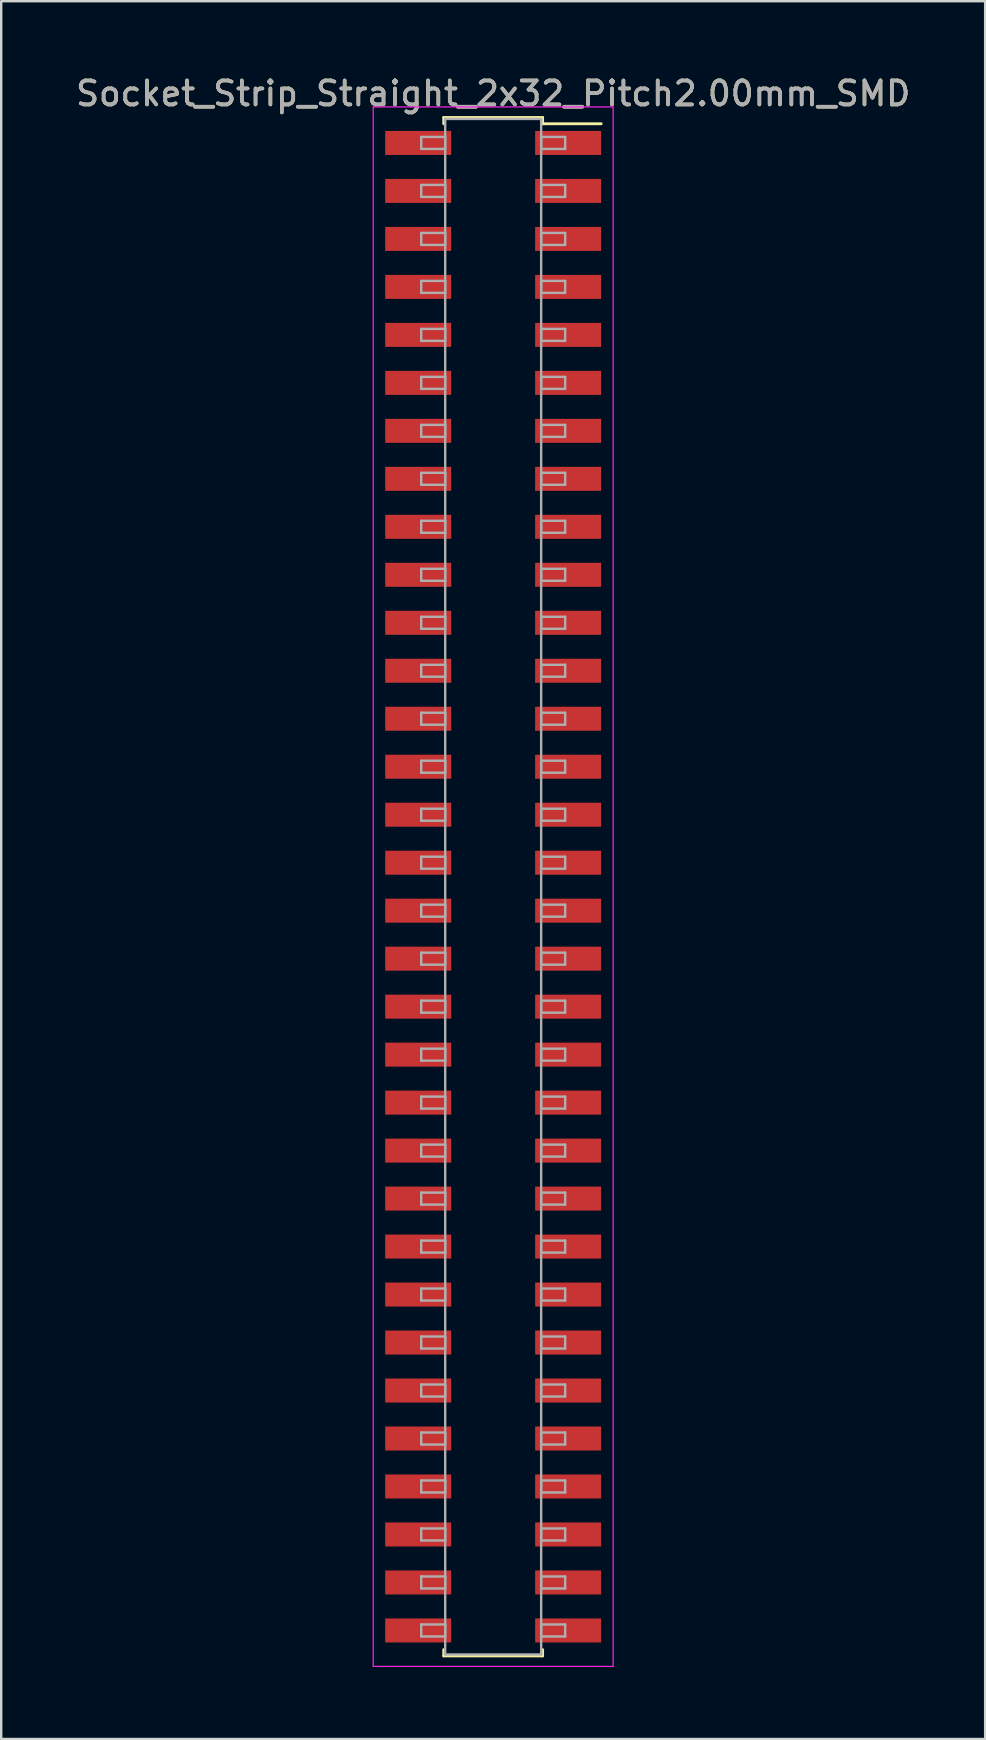
<source format=kicad_pcb>
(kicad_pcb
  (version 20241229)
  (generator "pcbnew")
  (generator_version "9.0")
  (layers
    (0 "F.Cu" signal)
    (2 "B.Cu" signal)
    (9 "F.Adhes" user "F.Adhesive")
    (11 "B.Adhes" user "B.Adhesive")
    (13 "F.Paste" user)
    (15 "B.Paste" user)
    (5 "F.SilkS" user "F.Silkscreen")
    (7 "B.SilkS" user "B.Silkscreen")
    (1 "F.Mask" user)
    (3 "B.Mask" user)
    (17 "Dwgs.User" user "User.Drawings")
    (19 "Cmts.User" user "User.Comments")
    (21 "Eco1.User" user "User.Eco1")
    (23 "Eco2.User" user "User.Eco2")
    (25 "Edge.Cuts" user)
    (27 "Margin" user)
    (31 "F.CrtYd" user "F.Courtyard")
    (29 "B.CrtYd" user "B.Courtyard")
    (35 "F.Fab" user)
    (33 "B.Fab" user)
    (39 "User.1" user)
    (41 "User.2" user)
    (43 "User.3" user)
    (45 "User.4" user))
  (footprint "Socket_Strip_Straight_2x32_Pitch2.00mm_SMD"
    (layer "F.Cu")
    (at 17.506 33.908)
    (property "Reference" "Socket_Strip_Straight_2x32_Pitch2.00mm_SMD" (at 0 -33.06 0) (layer "F.SilkS") (effects (font (size 1 1) (thickness 0.15))))
    (attr smd)
    (fp_line (start -2.06 -32.06) (end 2.06 -32.06) (stroke (width 0.12) (type solid)) (layer "F.SilkS"))
    (fp_line (start -2.06 -31.8) (end -2.06 -32.06) (stroke (width 0.12) (type solid)) (layer "F.SilkS"))
    (fp_line (start -2.06 31.8) (end -2.06 32.06) (stroke (width 0.12) (type solid)) (layer "F.SilkS"))
    (fp_line (start -2.06 32.06) (end 2.06 32.06) (stroke (width 0.12) (type solid)) (layer "F.SilkS"))
    (fp_line (start 2.06 -32.06) (end 2.06 -31.8) (stroke (width 0.12) (type solid)) (layer "F.SilkS"))
    (fp_line (start 2.06 32.06) (end 2.06 31.8) (stroke (width 0.12) (type solid)) (layer "F.SilkS"))
    (fp_line (start 4.5 -31.8) (end 2.06 -31.8) (stroke (width 0.12) (type solid)) (layer "F.SilkS"))
    (fp_line (start -5 -32.5) (end -5 32.5) (stroke (width 0.05) (type solid)) (layer "F.CrtYd"))
    (fp_line (start -5 32.5) (end 5 32.5) (stroke (width 0.05) (type solid)) (layer "F.CrtYd"))
    (fp_line (start 5 -32.5) (end -5 -32.5) (stroke (width 0.05) (type solid)) (layer "F.CrtYd"))
    (fp_line (start 5 32.5) (end 5 -32.5) (stroke (width 0.05) (type solid)) (layer "F.CrtYd"))
    (fp_line (start -3 -31.25) (end -2 -31.25) (stroke (width 0.1) (type solid)) (layer "F.Fab"))
    (fp_line (start -3 -30.75) (end -3 -31.25) (stroke (width 0.1) (type solid)) (layer "F.Fab"))
    (fp_line (start -3 -29.25) (end -2 -29.25) (stroke (width 0.1) (type solid)) (layer "F.Fab"))
    (fp_line (start -3 -28.75) (end -3 -29.25) (stroke (width 0.1) (type solid)) (layer "F.Fab"))
    (fp_line (start -3 -27.25) (end -2 -27.25) (stroke (width 0.1) (type solid)) (layer "F.Fab"))
    (fp_line (start -3 -26.75) (end -3 -27.25) (stroke (width 0.1) (type solid)) (layer "F.Fab"))
    (fp_line (start -3 -25.25) (end -2 -25.25) (stroke (width 0.1) (type solid)) (layer "F.Fab"))
    (fp_line (start -3 -24.75) (end -3 -25.25) (stroke (width 0.1) (type solid)) (layer "F.Fab"))
    (fp_line (start -3 -23.25) (end -2 -23.25) (stroke (width 0.1) (type solid)) (layer "F.Fab"))
    (fp_line (start -3 -22.75) (end -3 -23.25) (stroke (width 0.1) (type solid)) (layer "F.Fab"))
    (fp_line (start -3 -21.25) (end -2 -21.25) (stroke (width 0.1) (type solid)) (layer "F.Fab"))
    (fp_line (start -3 -20.75) (end -3 -21.25) (stroke (width 0.1) (type solid)) (layer "F.Fab"))
    (fp_line (start -3 -19.25) (end -2 -19.25) (stroke (width 0.1) (type solid)) (layer "F.Fab"))
    (fp_line (start -3 -18.75) (end -3 -19.25) (stroke (width 0.1) (type solid)) (layer "F.Fab"))
    (fp_line (start -3 -17.25) (end -2 -17.25) (stroke (width 0.1) (type solid)) (layer "F.Fab"))
    (fp_line (start -3 -16.75) (end -3 -17.25) (stroke (width 0.1) (type solid)) (layer "F.Fab"))
    (fp_line (start -3 -15.25) (end -2 -15.25) (stroke (width 0.1) (type solid)) (layer "F.Fab"))
    (fp_line (start -3 -14.75) (end -3 -15.25) (stroke (width 0.1) (type solid)) (layer "F.Fab"))
    (fp_line (start -3 -13.25) (end -2 -13.25) (stroke (width 0.1) (type solid)) (layer "F.Fab"))
    (fp_line (start -3 -12.75) (end -3 -13.25) (stroke (width 0.1) (type solid)) (layer "F.Fab"))
    (fp_line (start -3 -11.25) (end -2 -11.25) (stroke (width 0.1) (type solid)) (layer "F.Fab"))
    (fp_line (start -3 -10.75) (end -3 -11.25) (stroke (width 0.1) (type solid)) (layer "F.Fab"))
    (fp_line (start -3 -9.25) (end -2 -9.25) (stroke (width 0.1) (type solid)) (layer "F.Fab"))
    (fp_line (start -3 -8.75) (end -3 -9.25) (stroke (width 0.1) (type solid)) (layer "F.Fab"))
    (fp_line (start -3 -7.25) (end -2 -7.25) (stroke (width 0.1) (type solid)) (layer "F.Fab"))
    (fp_line (start -3 -6.75) (end -3 -7.25) (stroke (width 0.1) (type solid)) (layer "F.Fab"))
    (fp_line (start -3 -5.25) (end -2 -5.25) (stroke (width 0.1) (type solid)) (layer "F.Fab"))
    (fp_line (start -3 -4.75) (end -3 -5.25) (stroke (width 0.1) (type solid)) (layer "F.Fab"))
    (fp_line (start -3 -3.25) (end -2 -3.25) (stroke (width 0.1) (type solid)) (layer "F.Fab"))
    (fp_line (start -3 -2.75) (end -3 -3.25) (stroke (width 0.1) (type solid)) (layer "F.Fab"))
    (fp_line (start -3 -1.25) (end -2 -1.25) (stroke (width 0.1) (type solid)) (layer "F.Fab"))
    (fp_line (start -3 -0.75) (end -3 -1.25) (stroke (width 0.1) (type solid)) (layer "F.Fab"))
    (fp_line (start -3 0.75) (end -2 0.75) (stroke (width 0.1) (type solid)) (layer "F.Fab"))
    (fp_line (start -3 1.25) (end -3 0.75) (stroke (width 0.1) (type solid)) (layer "F.Fab"))
    (fp_line (start -3 2.75) (end -2 2.75) (stroke (width 0.1) (type solid)) (layer "F.Fab"))
    (fp_line (start -3 3.25) (end -3 2.75) (stroke (width 0.1) (type solid)) (layer "F.Fab"))
    (fp_line (start -3 4.75) (end -2 4.75) (stroke (width 0.1) (type solid)) (layer "F.Fab"))
    (fp_line (start -3 5.25) (end -3 4.75) (stroke (width 0.1) (type solid)) (layer "F.Fab"))
    (fp_line (start -3 6.75) (end -2 6.75) (stroke (width 0.1) (type solid)) (layer "F.Fab"))
    (fp_line (start -3 7.25) (end -3 6.75) (stroke (width 0.1) (type solid)) (layer "F.Fab"))
    (fp_line (start -3 8.75) (end -2 8.75) (stroke (width 0.1) (type solid)) (layer "F.Fab"))
    (fp_line (start -3 9.25) (end -3 8.75) (stroke (width 0.1) (type solid)) (layer "F.Fab"))
    (fp_line (start -3 10.75) (end -2 10.75) (stroke (width 0.1) (type solid)) (layer "F.Fab"))
    (fp_line (start -3 11.25) (end -3 10.75) (stroke (width 0.1) (type solid)) (layer "F.Fab"))
    (fp_line (start -3 12.75) (end -2 12.75) (stroke (width 0.1) (type solid)) (layer "F.Fab"))
    (fp_line (start -3 13.25) (end -3 12.75) (stroke (width 0.1) (type solid)) (layer "F.Fab"))
    (fp_line (start -3 14.75) (end -2 14.75) (stroke (width 0.1) (type solid)) (layer "F.Fab"))
    (fp_line (start -3 15.25) (end -3 14.75) (stroke (width 0.1) (type solid)) (layer "F.Fab"))
    (fp_line (start -3 16.75) (end -2 16.75) (stroke (width 0.1) (type solid)) (layer "F.Fab"))
    (fp_line (start -3 17.25) (end -3 16.75) (stroke (width 0.1) (type solid)) (layer "F.Fab"))
    (fp_line (start -3 18.75) (end -2 18.75) (stroke (width 0.1) (type solid)) (layer "F.Fab"))
    (fp_line (start -3 19.25) (end -3 18.75) (stroke (width 0.1) (type solid)) (layer "F.Fab"))
    (fp_line (start -3 20.75) (end -2 20.75) (stroke (width 0.1) (type solid)) (layer "F.Fab"))
    (fp_line (start -3 21.25) (end -3 20.75) (stroke (width 0.1) (type solid)) (layer "F.Fab"))
    (fp_line (start -3 22.75) (end -2 22.75) (stroke (width 0.1) (type solid)) (layer "F.Fab"))
    (fp_line (start -3 23.25) (end -3 22.75) (stroke (width 0.1) (type solid)) (layer "F.Fab"))
    (fp_line (start -3 24.75) (end -2 24.75) (stroke (width 0.1) (type solid)) (layer "F.Fab"))
    (fp_line (start -3 25.25) (end -3 24.75) (stroke (width 0.1) (type solid)) (layer "F.Fab"))
    (fp_line (start -3 26.75) (end -2 26.75) (stroke (width 0.1) (type solid)) (layer "F.Fab"))
    (fp_line (start -3 27.25) (end -3 26.75) (stroke (width 0.1) (type solid)) (layer "F.Fab"))
    (fp_line (start -3 28.75) (end -2 28.75) (stroke (width 0.1) (type solid)) (layer "F.Fab"))
    (fp_line (start -3 29.25) (end -3 28.75) (stroke (width 0.1) (type solid)) (layer "F.Fab"))
    (fp_line (start -3 30.75) (end -2 30.75) (stroke (width 0.1) (type solid)) (layer "F.Fab"))
    (fp_line (start -3 31.25) (end -3 30.75) (stroke (width 0.1) (type solid)) (layer "F.Fab"))
    (fp_line (start -2 -32) (end -2 32) (stroke (width 0.1) (type solid)) (layer "F.Fab"))
    (fp_line (start -2 -31.25) (end -2 -30.75) (stroke (width 0.1) (type solid)) (layer "F.Fab"))
    (fp_line (start -2 -30.75) (end -3 -30.75) (stroke (width 0.1) (type solid)) (layer "F.Fab"))
    (fp_line (start -2 -29.25) (end -2 -28.75) (stroke (width 0.1) (type solid)) (layer "F.Fab"))
    (fp_line (start -2 -28.75) (end -3 -28.75) (stroke (width 0.1) (type solid)) (layer "F.Fab"))
    (fp_line (start -2 -27.25) (end -2 -26.75) (stroke (width 0.1) (type solid)) (layer "F.Fab"))
    (fp_line (start -2 -26.75) (end -3 -26.75) (stroke (width 0.1) (type solid)) (layer "F.Fab"))
    (fp_line (start -2 -25.25) (end -2 -24.75) (stroke (width 0.1) (type solid)) (layer "F.Fab"))
    (fp_line (start -2 -24.75) (end -3 -24.75) (stroke (width 0.1) (type solid)) (layer "F.Fab"))
    (fp_line (start -2 -23.25) (end -2 -22.75) (stroke (width 0.1) (type solid)) (layer "F.Fab"))
    (fp_line (start -2 -22.75) (end -3 -22.75) (stroke (width 0.1) (type solid)) (layer "F.Fab"))
    (fp_line (start -2 -21.25) (end -2 -20.75) (stroke (width 0.1) (type solid)) (layer "F.Fab"))
    (fp_line (start -2 -20.75) (end -3 -20.75) (stroke (width 0.1) (type solid)) (layer "F.Fab"))
    (fp_line (start -2 -19.25) (end -2 -18.75) (stroke (width 0.1) (type solid)) (layer "F.Fab"))
    (fp_line (start -2 -18.75) (end -3 -18.75) (stroke (width 0.1) (type solid)) (layer "F.Fab"))
    (fp_line (start -2 -17.25) (end -2 -16.75) (stroke (width 0.1) (type solid)) (layer "F.Fab"))
    (fp_line (start -2 -16.75) (end -3 -16.75) (stroke (width 0.1) (type solid)) (layer "F.Fab"))
    (fp_line (start -2 -15.25) (end -2 -14.75) (stroke (width 0.1) (type solid)) (layer "F.Fab"))
    (fp_line (start -2 -14.75) (end -3 -14.75) (stroke (width 0.1) (type solid)) (layer "F.Fab"))
    (fp_line (start -2 -13.25) (end -2 -12.75) (stroke (width 0.1) (type solid)) (layer "F.Fab"))
    (fp_line (start -2 -12.75) (end -3 -12.75) (stroke (width 0.1) (type solid)) (layer "F.Fab"))
    (fp_line (start -2 -11.25) (end -2 -10.75) (stroke (width 0.1) (type solid)) (layer "F.Fab"))
    (fp_line (start -2 -10.75) (end -3 -10.75) (stroke (width 0.1) (type solid)) (layer "F.Fab"))
    (fp_line (start -2 -9.25) (end -2 -8.75) (stroke (width 0.1) (type solid)) (layer "F.Fab"))
    (fp_line (start -2 -8.75) (end -3 -8.75) (stroke (width 0.1) (type solid)) (layer "F.Fab"))
    (fp_line (start -2 -7.25) (end -2 -6.75) (stroke (width 0.1) (type solid)) (layer "F.Fab"))
    (fp_line (start -2 -6.75) (end -3 -6.75) (stroke (width 0.1) (type solid)) (layer "F.Fab"))
    (fp_line (start -2 -5.25) (end -2 -4.75) (stroke (width 0.1) (type solid)) (layer "F.Fab"))
    (fp_line (start -2 -4.75) (end -3 -4.75) (stroke (width 0.1) (type solid)) (layer "F.Fab"))
    (fp_line (start -2 -3.25) (end -2 -2.75) (stroke (width 0.1) (type solid)) (layer "F.Fab"))
    (fp_line (start -2 -2.75) (end -3 -2.75) (stroke (width 0.1) (type solid)) (layer "F.Fab"))
    (fp_line (start -2 -1.25) (end -2 -0.75) (stroke (width 0.1) (type solid)) (layer "F.Fab"))
    (fp_line (start -2 -0.75) (end -3 -0.75) (stroke (width 0.1) (type solid)) (layer "F.Fab"))
    (fp_line (start -2 0.75) (end -2 1.25) (stroke (width 0.1) (type solid)) (layer "F.Fab"))
    (fp_line (start -2 1.25) (end -3 1.25) (stroke (width 0.1) (type solid)) (layer "F.Fab"))
    (fp_line (start -2 2.75) (end -2 3.25) (stroke (width 0.1) (type solid)) (layer "F.Fab"))
    (fp_line (start -2 3.25) (end -3 3.25) (stroke (width 0.1) (type solid)) (layer "F.Fab"))
    (fp_line (start -2 4.75) (end -2 5.25) (stroke (width 0.1) (type solid)) (layer "F.Fab"))
    (fp_line (start -2 5.25) (end -3 5.25) (stroke (width 0.1) (type solid)) (layer "F.Fab"))
    (fp_line (start -2 6.75) (end -2 7.25) (stroke (width 0.1) (type solid)) (layer "F.Fab"))
    (fp_line (start -2 7.25) (end -3 7.25) (stroke (width 0.1) (type solid)) (layer "F.Fab"))
    (fp_line (start -2 8.75) (end -2 9.25) (stroke (width 0.1) (type solid)) (layer "F.Fab"))
    (fp_line (start -2 9.25) (end -3 9.25) (stroke (width 0.1) (type solid)) (layer "F.Fab"))
    (fp_line (start -2 10.75) (end -2 11.25) (stroke (width 0.1) (type solid)) (layer "F.Fab"))
    (fp_line (start -2 11.25) (end -3 11.25) (stroke (width 0.1) (type solid)) (layer "F.Fab"))
    (fp_line (start -2 12.75) (end -2 13.25) (stroke (width 0.1) (type solid)) (layer "F.Fab"))
    (fp_line (start -2 13.25) (end -3 13.25) (stroke (width 0.1) (type solid)) (layer "F.Fab"))
    (fp_line (start -2 14.75) (end -2 15.25) (stroke (width 0.1) (type solid)) (layer "F.Fab"))
    (fp_line (start -2 15.25) (end -3 15.25) (stroke (width 0.1) (type solid)) (layer "F.Fab"))
    (fp_line (start -2 16.75) (end -2 17.25) (stroke (width 0.1) (type solid)) (layer "F.Fab"))
    (fp_line (start -2 17.25) (end -3 17.25) (stroke (width 0.1) (type solid)) (layer "F.Fab"))
    (fp_line (start -2 18.75) (end -2 19.25) (stroke (width 0.1) (type solid)) (layer "F.Fab"))
    (fp_line (start -2 19.25) (end -3 19.25) (stroke (width 0.1) (type solid)) (layer "F.Fab"))
    (fp_line (start -2 20.75) (end -2 21.25) (stroke (width 0.1) (type solid)) (layer "F.Fab"))
    (fp_line (start -2 21.25) (end -3 21.25) (stroke (width 0.1) (type solid)) (layer "F.Fab"))
    (fp_line (start -2 22.75) (end -2 23.25) (stroke (width 0.1) (type solid)) (layer "F.Fab"))
    (fp_line (start -2 23.25) (end -3 23.25) (stroke (width 0.1) (type solid)) (layer "F.Fab"))
    (fp_line (start -2 24.75) (end -2 25.25) (stroke (width 0.1) (type solid)) (layer "F.Fab"))
    (fp_line (start -2 25.25) (end -3 25.25) (stroke (width 0.1) (type solid)) (layer "F.Fab"))
    (fp_line (start -2 26.75) (end -2 27.25) (stroke (width 0.1) (type solid)) (layer "F.Fab"))
    (fp_line (start -2 27.25) (end -3 27.25) (stroke (width 0.1) (type solid)) (layer "F.Fab"))
    (fp_line (start -2 28.75) (end -2 29.25) (stroke (width 0.1) (type solid)) (layer "F.Fab"))
    (fp_line (start -2 29.25) (end -3 29.25) (stroke (width 0.1) (type solid)) (layer "F.Fab"))
    (fp_line (start -2 30.75) (end -2 31.25) (stroke (width 0.1) (type solid)) (layer "F.Fab"))
    (fp_line (start -2 31.25) (end -3 31.25) (stroke (width 0.1) (type solid)) (layer "F.Fab"))
    (fp_line (start -2 32) (end 2 32) (stroke (width 0.1) (type solid)) (layer "F.Fab"))
    (fp_line (start 2 -32) (end -2 -32) (stroke (width 0.1) (type solid)) (layer "F.Fab"))
    (fp_line (start 2 -31.25) (end 2 -30.75) (stroke (width 0.1) (type solid)) (layer "F.Fab"))
    (fp_line (start 2 -30.75) (end 3 -30.75) (stroke (width 0.1) (type solid)) (layer "F.Fab"))
    (fp_line (start 2 -29.25) (end 2 -28.75) (stroke (width 0.1) (type solid)) (layer "F.Fab"))
    (fp_line (start 2 -28.75) (end 3 -28.75) (stroke (width 0.1) (type solid)) (layer "F.Fab"))
    (fp_line (start 2 -27.25) (end 2 -26.75) (stroke (width 0.1) (type solid)) (layer "F.Fab"))
    (fp_line (start 2 -26.75) (end 3 -26.75) (stroke (width 0.1) (type solid)) (layer "F.Fab"))
    (fp_line (start 2 -25.25) (end 2 -24.75) (stroke (width 0.1) (type solid)) (layer "F.Fab"))
    (fp_line (start 2 -24.75) (end 3 -24.75) (stroke (width 0.1) (type solid)) (layer "F.Fab"))
    (fp_line (start 2 -23.25) (end 2 -22.75) (stroke (width 0.1) (type solid)) (layer "F.Fab"))
    (fp_line (start 2 -22.75) (end 3 -22.75) (stroke (width 0.1) (type solid)) (layer "F.Fab"))
    (fp_line (start 2 -21.25) (end 2 -20.75) (stroke (width 0.1) (type solid)) (layer "F.Fab"))
    (fp_line (start 2 -20.75) (end 3 -20.75) (stroke (width 0.1) (type solid)) (layer "F.Fab"))
    (fp_line (start 2 -19.25) (end 2 -18.75) (stroke (width 0.1) (type solid)) (layer "F.Fab"))
    (fp_line (start 2 -18.75) (end 3 -18.75) (stroke (width 0.1) (type solid)) (layer "F.Fab"))
    (fp_line (start 2 -17.25) (end 2 -16.75) (stroke (width 0.1) (type solid)) (layer "F.Fab"))
    (fp_line (start 2 -16.75) (end 3 -16.75) (stroke (width 0.1) (type solid)) (layer "F.Fab"))
    (fp_line (start 2 -15.25) (end 2 -14.75) (stroke (width 0.1) (type solid)) (layer "F.Fab"))
    (fp_line (start 2 -14.75) (end 3 -14.75) (stroke (width 0.1) (type solid)) (layer "F.Fab"))
    (fp_line (start 2 -13.25) (end 2 -12.75) (stroke (width 0.1) (type solid)) (layer "F.Fab"))
    (fp_line (start 2 -12.75) (end 3 -12.75) (stroke (width 0.1) (type solid)) (layer "F.Fab"))
    (fp_line (start 2 -11.25) (end 2 -10.75) (stroke (width 0.1) (type solid)) (layer "F.Fab"))
    (fp_line (start 2 -10.75) (end 3 -10.75) (stroke (width 0.1) (type solid)) (layer "F.Fab"))
    (fp_line (start 2 -9.25) (end 2 -8.75) (stroke (width 0.1) (type solid)) (layer "F.Fab"))
    (fp_line (start 2 -8.75) (end 3 -8.75) (stroke (width 0.1) (type solid)) (layer "F.Fab"))
    (fp_line (start 2 -7.25) (end 2 -6.75) (stroke (width 0.1) (type solid)) (layer "F.Fab"))
    (fp_line (start 2 -6.75) (end 3 -6.75) (stroke (width 0.1) (type solid)) (layer "F.Fab"))
    (fp_line (start 2 -5.25) (end 2 -4.75) (stroke (width 0.1) (type solid)) (layer "F.Fab"))
    (fp_line (start 2 -4.75) (end 3 -4.75) (stroke (width 0.1) (type solid)) (layer "F.Fab"))
    (fp_line (start 2 -3.25) (end 2 -2.75) (stroke (width 0.1) (type solid)) (layer "F.Fab"))
    (fp_line (start 2 -2.75) (end 3 -2.75) (stroke (width 0.1) (type solid)) (layer "F.Fab"))
    (fp_line (start 2 -1.25) (end 2 -0.75) (stroke (width 0.1) (type solid)) (layer "F.Fab"))
    (fp_line (start 2 -0.75) (end 3 -0.75) (stroke (width 0.1) (type solid)) (layer "F.Fab"))
    (fp_line (start 2 0.75) (end 2 1.25) (stroke (width 0.1) (type solid)) (layer "F.Fab"))
    (fp_line (start 2 1.25) (end 3 1.25) (stroke (width 0.1) (type solid)) (layer "F.Fab"))
    (fp_line (start 2 2.75) (end 2 3.25) (stroke (width 0.1) (type solid)) (layer "F.Fab"))
    (fp_line (start 2 3.25) (end 3 3.25) (stroke (width 0.1) (type solid)) (layer "F.Fab"))
    (fp_line (start 2 4.75) (end 2 5.25) (stroke (width 0.1) (type solid)) (layer "F.Fab"))
    (fp_line (start 2 5.25) (end 3 5.25) (stroke (width 0.1) (type solid)) (layer "F.Fab"))
    (fp_line (start 2 6.75) (end 2 7.25) (stroke (width 0.1) (type solid)) (layer "F.Fab"))
    (fp_line (start 2 7.25) (end 3 7.25) (stroke (width 0.1) (type solid)) (layer "F.Fab"))
    (fp_line (start 2 8.75) (end 2 9.25) (stroke (width 0.1) (type solid)) (layer "F.Fab"))
    (fp_line (start 2 9.25) (end 3 9.25) (stroke (width 0.1) (type solid)) (layer "F.Fab"))
    (fp_line (start 2 10.75) (end 2 11.25) (stroke (width 0.1) (type solid)) (layer "F.Fab"))
    (fp_line (start 2 11.25) (end 3 11.25) (stroke (width 0.1) (type solid)) (layer "F.Fab"))
    (fp_line (start 2 12.75) (end 2 13.25) (stroke (width 0.1) (type solid)) (layer "F.Fab"))
    (fp_line (start 2 13.25) (end 3 13.25) (stroke (width 0.1) (type solid)) (layer "F.Fab"))
    (fp_line (start 2 14.75) (end 2 15.25) (stroke (width 0.1) (type solid)) (layer "F.Fab"))
    (fp_line (start 2 15.25) (end 3 15.25) (stroke (width 0.1) (type solid)) (layer "F.Fab"))
    (fp_line (start 2 16.75) (end 2 17.25) (stroke (width 0.1) (type solid)) (layer "F.Fab"))
    (fp_line (start 2 17.25) (end 3 17.25) (stroke (width 0.1) (type solid)) (layer "F.Fab"))
    (fp_line (start 2 18.75) (end 2 19.25) (stroke (width 0.1) (type solid)) (layer "F.Fab"))
    (fp_line (start 2 19.25) (end 3 19.25) (stroke (width 0.1) (type solid)) (layer "F.Fab"))
    (fp_line (start 2 20.75) (end 2 21.25) (stroke (width 0.1) (type solid)) (layer "F.Fab"))
    (fp_line (start 2 21.25) (end 3 21.25) (stroke (width 0.1) (type solid)) (layer "F.Fab"))
    (fp_line (start 2 22.75) (end 2 23.25) (stroke (width 0.1) (type solid)) (layer "F.Fab"))
    (fp_line (start 2 23.25) (end 3 23.25) (stroke (width 0.1) (type solid)) (layer "F.Fab"))
    (fp_line (start 2 24.75) (end 2 25.25) (stroke (width 0.1) (type solid)) (layer "F.Fab"))
    (fp_line (start 2 25.25) (end 3 25.25) (stroke (width 0.1) (type solid)) (layer "F.Fab"))
    (fp_line (start 2 26.75) (end 2 27.25) (stroke (width 0.1) (type solid)) (layer "F.Fab"))
    (fp_line (start 2 27.25) (end 3 27.25) (stroke (width 0.1) (type solid)) (layer "F.Fab"))
    (fp_line (start 2 28.75) (end 2 29.25) (stroke (width 0.1) (type solid)) (layer "F.Fab"))
    (fp_line (start 2 29.25) (end 3 29.25) (stroke (width 0.1) (type solid)) (layer "F.Fab"))
    (fp_line (start 2 30.75) (end 2 31.25) (stroke (width 0.1) (type solid)) (layer "F.Fab"))
    (fp_line (start 2 31.25) (end 3 31.25) (stroke (width 0.1) (type solid)) (layer "F.Fab"))
    (fp_line (start 2 32) (end 2 -32) (stroke (width 0.1) (type solid)) (layer "F.Fab"))
    (fp_line (start 3 -31.25) (end 2 -31.25) (stroke (width 0.1) (type solid)) (layer "F.Fab"))
    (fp_line (start 3 -30.75) (end 3 -31.25) (stroke (width 0.1) (type solid)) (layer "F.Fab"))
    (fp_line (start 3 -29.25) (end 2 -29.25) (stroke (width 0.1) (type solid)) (layer "F.Fab"))
    (fp_line (start 3 -28.75) (end 3 -29.25) (stroke (width 0.1) (type solid)) (layer "F.Fab"))
    (fp_line (start 3 -27.25) (end 2 -27.25) (stroke (width 0.1) (type solid)) (layer "F.Fab"))
    (fp_line (start 3 -26.75) (end 3 -27.25) (stroke (width 0.1) (type solid)) (layer "F.Fab"))
    (fp_line (start 3 -25.25) (end 2 -25.25) (stroke (width 0.1) (type solid)) (layer "F.Fab"))
    (fp_line (start 3 -24.75) (end 3 -25.25) (stroke (width 0.1) (type solid)) (layer "F.Fab"))
    (fp_line (start 3 -23.25) (end 2 -23.25) (stroke (width 0.1) (type solid)) (layer "F.Fab"))
    (fp_line (start 3 -22.75) (end 3 -23.25) (stroke (width 0.1) (type solid)) (layer "F.Fab"))
    (fp_line (start 3 -21.25) (end 2 -21.25) (stroke (width 0.1) (type solid)) (layer "F.Fab"))
    (fp_line (start 3 -20.75) (end 3 -21.25) (stroke (width 0.1) (type solid)) (layer "F.Fab"))
    (fp_line (start 3 -19.25) (end 2 -19.25) (stroke (width 0.1) (type solid)) (layer "F.Fab"))
    (fp_line (start 3 -18.75) (end 3 -19.25) (stroke (width 0.1) (type solid)) (layer "F.Fab"))
    (fp_line (start 3 -17.25) (end 2 -17.25) (stroke (width 0.1) (type solid)) (layer "F.Fab"))
    (fp_line (start 3 -16.75) (end 3 -17.25) (stroke (width 0.1) (type solid)) (layer "F.Fab"))
    (fp_line (start 3 -15.25) (end 2 -15.25) (stroke (width 0.1) (type solid)) (layer "F.Fab"))
    (fp_line (start 3 -14.75) (end 3 -15.25) (stroke (width 0.1) (type solid)) (layer "F.Fab"))
    (fp_line (start 3 -13.25) (end 2 -13.25) (stroke (width 0.1) (type solid)) (layer "F.Fab"))
    (fp_line (start 3 -12.75) (end 3 -13.25) (stroke (width 0.1) (type solid)) (layer "F.Fab"))
    (fp_line (start 3 -11.25) (end 2 -11.25) (stroke (width 0.1) (type solid)) (layer "F.Fab"))
    (fp_line (start 3 -10.75) (end 3 -11.25) (stroke (width 0.1) (type solid)) (layer "F.Fab"))
    (fp_line (start 3 -9.25) (end 2 -9.25) (stroke (width 0.1) (type solid)) (layer "F.Fab"))
    (fp_line (start 3 -8.75) (end 3 -9.25) (stroke (width 0.1) (type solid)) (layer "F.Fab"))
    (fp_line (start 3 -7.25) (end 2 -7.25) (stroke (width 0.1) (type solid)) (layer "F.Fab"))
    (fp_line (start 3 -6.75) (end 3 -7.25) (stroke (width 0.1) (type solid)) (layer "F.Fab"))
    (fp_line (start 3 -5.25) (end 2 -5.25) (stroke (width 0.1) (type solid)) (layer "F.Fab"))
    (fp_line (start 3 -4.75) (end 3 -5.25) (stroke (width 0.1) (type solid)) (layer "F.Fab"))
    (fp_line (start 3 -3.25) (end 2 -3.25) (stroke (width 0.1) (type solid)) (layer "F.Fab"))
    (fp_line (start 3 -2.75) (end 3 -3.25) (stroke (width 0.1) (type solid)) (layer "F.Fab"))
    (fp_line (start 3 -1.25) (end 2 -1.25) (stroke (width 0.1) (type solid)) (layer "F.Fab"))
    (fp_line (start 3 -0.75) (end 3 -1.25) (stroke (width 0.1) (type solid)) (layer "F.Fab"))
    (fp_line (start 3 0.75) (end 2 0.75) (stroke (width 0.1) (type solid)) (layer "F.Fab"))
    (fp_line (start 3 1.25) (end 3 0.75) (stroke (width 0.1) (type solid)) (layer "F.Fab"))
    (fp_line (start 3 2.75) (end 2 2.75) (stroke (width 0.1) (type solid)) (layer "F.Fab"))
    (fp_line (start 3 3.25) (end 3 2.75) (stroke (width 0.1) (type solid)) (layer "F.Fab"))
    (fp_line (start 3 4.75) (end 2 4.75) (stroke (width 0.1) (type solid)) (layer "F.Fab"))
    (fp_line (start 3 5.25) (end 3 4.75) (stroke (width 0.1) (type solid)) (layer "F.Fab"))
    (fp_line (start 3 6.75) (end 2 6.75) (stroke (width 0.1) (type solid)) (layer "F.Fab"))
    (fp_line (start 3 7.25) (end 3 6.75) (stroke (width 0.1) (type solid)) (layer "F.Fab"))
    (fp_line (start 3 8.75) (end 2 8.75) (stroke (width 0.1) (type solid)) (layer "F.Fab"))
    (fp_line (start 3 9.25) (end 3 8.75) (stroke (width 0.1) (type solid)) (layer "F.Fab"))
    (fp_line (start 3 10.75) (end 2 10.75) (stroke (width 0.1) (type solid)) (layer "F.Fab"))
    (fp_line (start 3 11.25) (end 3 10.75) (stroke (width 0.1) (type solid)) (layer "F.Fab"))
    (fp_line (start 3 12.75) (end 2 12.75) (stroke (width 0.1) (type solid)) (layer "F.Fab"))
    (fp_line (start 3 13.25) (end 3 12.75) (stroke (width 0.1) (type solid)) (layer "F.Fab"))
    (fp_line (start 3 14.75) (end 2 14.75) (stroke (width 0.1) (type solid)) (layer "F.Fab"))
    (fp_line (start 3 15.25) (end 3 14.75) (stroke (width 0.1) (type solid)) (layer "F.Fab"))
    (fp_line (start 3 16.75) (end 2 16.75) (stroke (width 0.1) (type solid)) (layer "F.Fab"))
    (fp_line (start 3 17.25) (end 3 16.75) (stroke (width 0.1) (type solid)) (layer "F.Fab"))
    (fp_line (start 3 18.75) (end 2 18.75) (stroke (width 0.1) (type solid)) (layer "F.Fab"))
    (fp_line (start 3 19.25) (end 3 18.75) (stroke (width 0.1) (type solid)) (layer "F.Fab"))
    (fp_line (start 3 20.75) (end 2 20.75) (stroke (width 0.1) (type solid)) (layer "F.Fab"))
    (fp_line (start 3 21.25) (end 3 20.75) (stroke (width 0.1) (type solid)) (layer "F.Fab"))
    (fp_line (start 3 22.75) (end 2 22.75) (stroke (width 0.1) (type solid)) (layer "F.Fab"))
    (fp_line (start 3 23.25) (end 3 22.75) (stroke (width 0.1) (type solid)) (layer "F.Fab"))
    (fp_line (start 3 24.75) (end 2 24.75) (stroke (width 0.1) (type solid)) (layer "F.Fab"))
    (fp_line (start 3 25.25) (end 3 24.75) (stroke (width 0.1) (type solid)) (layer "F.Fab"))
    (fp_line (start 3 26.75) (end 2 26.75) (stroke (width 0.1) (type solid)) (layer "F.Fab"))
    (fp_line (start 3 27.25) (end 3 26.75) (stroke (width 0.1) (type solid)) (layer "F.Fab"))
    (fp_line (start 3 28.75) (end 2 28.75) (stroke (width 0.1) (type solid)) (layer "F.Fab"))
    (fp_line (start 3 29.25) (end 3 28.75) (stroke (width 0.1) (type solid)) (layer "F.Fab"))
    (fp_line (start 3 30.75) (end 2 30.75) (stroke (width 0.1) (type solid)) (layer "F.Fab"))
    (fp_line (start 3 31.25) (end 3 30.75) (stroke (width 0.1) (type solid)) (layer "F.Fab"))
    (fp_text user "${REFERENCE}" (at 0 -33.06 0) (layer "F.Fab") (effects (font (size 1 1) (thickness 0.15))))
    (pad "1" smd rect (at 3.125 -31) (size 2.75 1) (layers "F.Cu" "F.Mask" "F.Paste"))
    (pad "2" smd rect (at -3.125 -31) (size 2.75 1) (layers "F.Cu" "F.Mask" "F.Paste"))
    (pad "3" smd rect (at 3.125 -29) (size 2.75 1) (layers "F.Cu" "F.Mask" "F.Paste"))
    (pad "4" smd rect (at -3.125 -29) (size 2.75 1) (layers "F.Cu" "F.Mask" "F.Paste"))
    (pad "5" smd rect (at 3.125 -27) (size 2.75 1) (layers "F.Cu" "F.Mask" "F.Paste"))
    (pad "6" smd rect (at -3.125 -27) (size 2.75 1) (layers "F.Cu" "F.Mask" "F.Paste"))
    (pad "7" smd rect (at 3.125 -25) (size 2.75 1) (layers "F.Cu" "F.Mask" "F.Paste"))
    (pad "8" smd rect (at -3.125 -25) (size 2.75 1) (layers "F.Cu" "F.Mask" "F.Paste"))
    (pad "9" smd rect (at 3.125 -23) (size 2.75 1) (layers "F.Cu" "F.Mask" "F.Paste"))
    (pad "10" smd rect (at -3.125 -23) (size 2.75 1) (layers "F.Cu" "F.Mask" "F.Paste"))
    (pad "11" smd rect (at 3.125 -21) (size 2.75 1) (layers "F.Cu" "F.Mask" "F.Paste"))
    (pad "12" smd rect (at -3.125 -21) (size 2.75 1) (layers "F.Cu" "F.Mask" "F.Paste"))
    (pad "13" smd rect (at 3.125 -19) (size 2.75 1) (layers "F.Cu" "F.Mask" "F.Paste"))
    (pad "14" smd rect (at -3.125 -19) (size 2.75 1) (layers "F.Cu" "F.Mask" "F.Paste"))
    (pad "15" smd rect (at 3.125 -17) (size 2.75 1) (layers "F.Cu" "F.Mask" "F.Paste"))
    (pad "16" smd rect (at -3.125 -17) (size 2.75 1) (layers "F.Cu" "F.Mask" "F.Paste"))
    (pad "17" smd rect (at 3.125 -15) (size 2.75 1) (layers "F.Cu" "F.Mask" "F.Paste"))
    (pad "18" smd rect (at -3.125 -15) (size 2.75 1) (layers "F.Cu" "F.Mask" "F.Paste"))
    (pad "19" smd rect (at 3.125 -13) (size 2.75 1) (layers "F.Cu" "F.Mask" "F.Paste"))
    (pad "20" smd rect (at -3.125 -13) (size 2.75 1) (layers "F.Cu" "F.Mask" "F.Paste"))
    (pad "21" smd rect (at 3.125 -11) (size 2.75 1) (layers "F.Cu" "F.Mask" "F.Paste"))
    (pad "22" smd rect (at -3.125 -11) (size 2.75 1) (layers "F.Cu" "F.Mask" "F.Paste"))
    (pad "23" smd rect (at 3.125 -9) (size 2.75 1) (layers "F.Cu" "F.Mask" "F.Paste"))
    (pad "24" smd rect (at -3.125 -9) (size 2.75 1) (layers "F.Cu" "F.Mask" "F.Paste"))
    (pad "25" smd rect (at 3.125 -7) (size 2.75 1) (layers "F.Cu" "F.Mask" "F.Paste"))
    (pad "26" smd rect (at -3.125 -7) (size 2.75 1) (layers "F.Cu" "F.Mask" "F.Paste"))
    (pad "27" smd rect (at 3.125 -5) (size 2.75 1) (layers "F.Cu" "F.Mask" "F.Paste"))
    (pad "28" smd rect (at -3.125 -5) (size 2.75 1) (layers "F.Cu" "F.Mask" "F.Paste"))
    (pad "29" smd rect (at 3.125 -3) (size 2.75 1) (layers "F.Cu" "F.Mask" "F.Paste"))
    (pad "30" smd rect (at -3.125 -3) (size 2.75 1) (layers "F.Cu" "F.Mask" "F.Paste"))
    (pad "31" smd rect (at 3.125 -1) (size 2.75 1) (layers "F.Cu" "F.Mask" "F.Paste"))
    (pad "32" smd rect (at -3.125 -1) (size 2.75 1) (layers "F.Cu" "F.Mask" "F.Paste"))
    (pad "33" smd rect (at 3.125 1) (size 2.75 1) (layers "F.Cu" "F.Mask" "F.Paste"))
    (pad "34" smd rect (at -3.125 1) (size 2.75 1) (layers "F.Cu" "F.Mask" "F.Paste"))
    (pad "35" smd rect (at 3.125 3) (size 2.75 1) (layers "F.Cu" "F.Mask" "F.Paste"))
    (pad "36" smd rect (at -3.125 3) (size 2.75 1) (layers "F.Cu" "F.Mask" "F.Paste"))
    (pad "37" smd rect (at 3.125 5) (size 2.75 1) (layers "F.Cu" "F.Mask" "F.Paste"))
    (pad "38" smd rect (at -3.125 5) (size 2.75 1) (layers "F.Cu" "F.Mask" "F.Paste"))
    (pad "39" smd rect (at 3.125 7) (size 2.75 1) (layers "F.Cu" "F.Mask" "F.Paste"))
    (pad "40" smd rect (at -3.125 7) (size 2.75 1) (layers "F.Cu" "F.Mask" "F.Paste"))
    (pad "41" smd rect (at 3.125 9) (size 2.75 1) (layers "F.Cu" "F.Mask" "F.Paste"))
    (pad "42" smd rect (at -3.125 9) (size 2.75 1) (layers "F.Cu" "F.Mask" "F.Paste"))
    (pad "43" smd rect (at 3.125 11) (size 2.75 1) (layers "F.Cu" "F.Mask" "F.Paste"))
    (pad "44" smd rect (at -3.125 11) (size 2.75 1) (layers "F.Cu" "F.Mask" "F.Paste"))
    (pad "45" smd rect (at 3.125 13) (size 2.75 1) (layers "F.Cu" "F.Mask" "F.Paste"))
    (pad "46" smd rect (at -3.125 13) (size 2.75 1) (layers "F.Cu" "F.Mask" "F.Paste"))
    (pad "47" smd rect (at 3.125 15) (size 2.75 1) (layers "F.Cu" "F.Mask" "F.Paste"))
    (pad "48" smd rect (at -3.125 15) (size 2.75 1) (layers "F.Cu" "F.Mask" "F.Paste"))
    (pad "49" smd rect (at 3.125 17) (size 2.75 1) (layers "F.Cu" "F.Mask" "F.Paste"))
    (pad "50" smd rect (at -3.125 17) (size 2.75 1) (layers "F.Cu" "F.Mask" "F.Paste"))
    (pad "51" smd rect (at 3.125 19) (size 2.75 1) (layers "F.Cu" "F.Mask" "F.Paste"))
    (pad "52" smd rect (at -3.125 19) (size 2.75 1) (layers "F.Cu" "F.Mask" "F.Paste"))
    (pad "53" smd rect (at 3.125 21) (size 2.75 1) (layers "F.Cu" "F.Mask" "F.Paste"))
    (pad "54" smd rect (at -3.125 21) (size 2.75 1) (layers "F.Cu" "F.Mask" "F.Paste"))
    (pad "55" smd rect (at 3.125 23) (size 2.75 1) (layers "F.Cu" "F.Mask" "F.Paste"))
    (pad "56" smd rect (at -3.125 23) (size 2.75 1) (layers "F.Cu" "F.Mask" "F.Paste"))
    (pad "57" smd rect (at 3.125 25) (size 2.75 1) (layers "F.Cu" "F.Mask" "F.Paste"))
    (pad "58" smd rect (at -3.125 25) (size 2.75 1) (layers "F.Cu" "F.Mask" "F.Paste"))
    (pad "59" smd rect (at 3.125 27) (size 2.75 1) (layers "F.Cu" "F.Mask" "F.Paste"))
    (pad "60" smd rect (at -3.125 27) (size 2.75 1) (layers "F.Cu" "F.Mask" "F.Paste"))
    (pad "61" smd rect (at 3.125 29) (size 2.75 1) (layers "F.Cu" "F.Mask" "F.Paste"))
    (pad "62" smd rect (at -3.125 29) (size 2.75 1) (layers "F.Cu" "F.Mask" "F.Paste"))
    (pad "63" smd rect (at 3.125 31) (size 2.75 1) (layers "F.Cu" "F.Mask" "F.Paste"))
    (pad "64" smd rect (at -3.125 31) (size 2.75 1) (layers "F.Cu" "F.Mask" "F.Paste")))
  (gr_rect
    (start -3 -3)
    (end 38.012 69.433)
    (stroke (width 0.1) (type default))
    (fill no)
    (layer "Edge.Cuts")))
</source>
